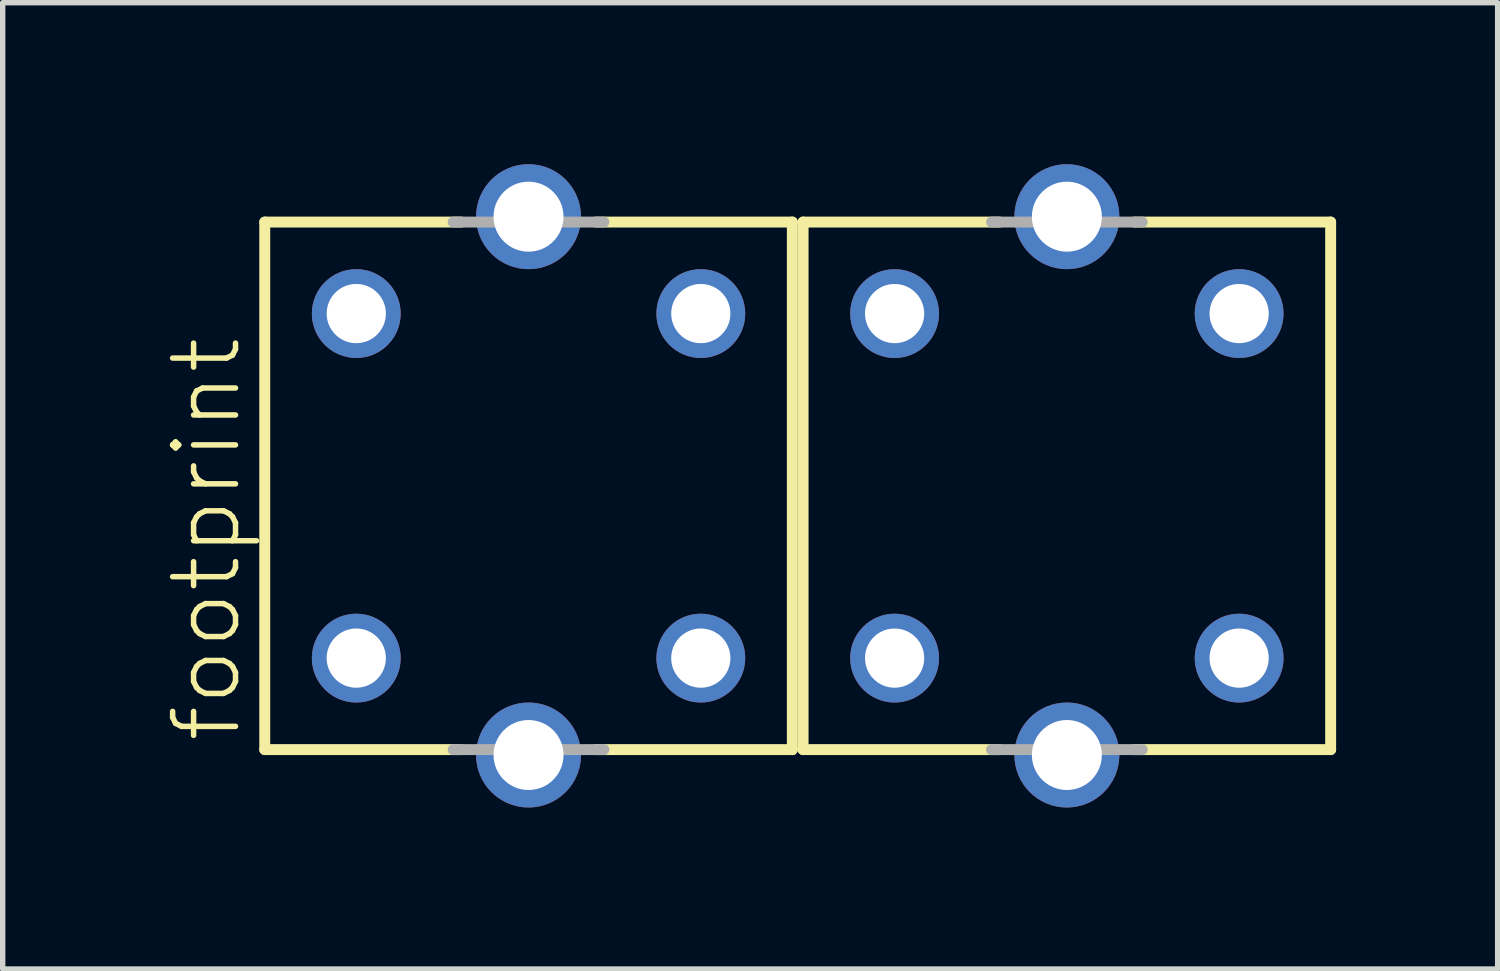
<source format=kicad_pcb>
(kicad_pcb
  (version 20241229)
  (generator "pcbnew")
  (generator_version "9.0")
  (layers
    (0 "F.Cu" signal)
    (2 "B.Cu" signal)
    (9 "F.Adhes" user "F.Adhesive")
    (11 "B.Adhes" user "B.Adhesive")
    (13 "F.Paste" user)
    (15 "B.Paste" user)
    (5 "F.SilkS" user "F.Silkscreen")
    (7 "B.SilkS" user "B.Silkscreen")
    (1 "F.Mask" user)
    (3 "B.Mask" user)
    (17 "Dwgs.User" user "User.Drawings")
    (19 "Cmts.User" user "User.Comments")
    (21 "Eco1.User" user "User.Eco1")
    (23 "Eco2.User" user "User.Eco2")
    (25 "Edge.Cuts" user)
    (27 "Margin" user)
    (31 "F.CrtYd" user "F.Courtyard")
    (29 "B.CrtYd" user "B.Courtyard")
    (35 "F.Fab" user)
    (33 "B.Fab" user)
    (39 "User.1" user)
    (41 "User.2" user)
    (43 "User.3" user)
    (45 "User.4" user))
  (footprint "footprint"
    (layer "F.Cu")
    (at 11.768 5.975)
    (property "Reference" "footprint" (at -10.295 4.813 90) (layer "F.SilkS") (effects (font (size 1.168 1.168) (thickness 0.102)) (justify left bottom)))
    (fp_line (start -9.9 -4.9) (end -6.25 -4.9) (stroke (width 0.203) (type solid)) (layer "F.SilkS"))
    (fp_line (start -9.9 4.9) (end -9.9 -4.9) (stroke (width 0.203) (type solid)) (layer "F.SilkS"))
    (fp_line (start -6.25 4.9) (end -9.9 4.9) (stroke (width 0.203) (type solid)) (layer "F.SilkS"))
    (fp_line (start -3.75 -4.9) (end -0.1 -4.9) (stroke (width 0.203) (type solid)) (layer "F.SilkS"))
    (fp_line (start -0.1 -4.9) (end -0.1 4.9) (stroke (width 0.203) (type solid)) (layer "F.SilkS"))
    (fp_line (start -0.1 4.9) (end -3.75 4.9) (stroke (width 0.203) (type solid)) (layer "F.SilkS"))
    (fp_line (start 0.1 -4.9) (end 3.75 -4.9) (stroke (width 0.203) (type solid)) (layer "F.SilkS"))
    (fp_line (start 0.1 4.9) (end 0.1 -4.9) (stroke (width 0.203) (type solid)) (layer "F.SilkS"))
    (fp_line (start 3.75 4.9) (end 0.1 4.9) (stroke (width 0.203) (type solid)) (layer "F.SilkS"))
    (fp_line (start 6.25 -4.9) (end 9.9 -4.9) (stroke (width 0.203) (type solid)) (layer "F.SilkS"))
    (fp_line (start 9.9 -4.9) (end 9.9 4.9) (stroke (width 0.203) (type solid)) (layer "F.SilkS"))
    (fp_line (start 9.9 4.9) (end 6.25 4.9) (stroke (width 0.203) (type solid)) (layer "F.SilkS"))
    (fp_line (start -6.4 -4.9) (end -3.6 -4.9) (stroke (width 0.203) (type solid)) (layer "F.Fab"))
    (fp_line (start -3.6 4.9) (end -6.4 4.9) (stroke (width 0.203) (type solid)) (layer "F.Fab"))
    (fp_line (start 3.6 -4.9) (end 6.4 -4.9) (stroke (width 0.203) (type solid)) (layer "F.Fab"))
    (fp_line (start 6.4 4.9) (end 3.6 4.9) (stroke (width 0.203) (type solid)) (layer "F.Fab"))
    (pad "1" thru_hole circle (at 1.8 3.2) (size 1.65 1.65) (drill 1.1) (layers "*.Cu" "*.Mask"))
    (pad "2" thru_hole circle (at 1.8 -3.2) (size 1.65 1.65) (drill 1.1) (layers "*.Cu" "*.Mask"))
    (pad "4" thru_hole circle (at 8.2 -3.2) (size 1.65 1.65) (drill 1.1) (layers "*.Cu" "*.Mask"))
    (pad "5" thru_hole circle (at 8.2 3.2) (size 1.65 1.65) (drill 1.1) (layers "*.Cu" "*.Mask"))
    (pad "21" thru_hole circle (at -8.2 3.2) (size 1.65 1.65) (drill 1.1) (layers "*.Cu" "*.Mask"))
    (pad "22" thru_hole circle (at -8.2 -3.2) (size 1.65 1.65) (drill 1.1) (layers "*.Cu" "*.Mask"))
    (pad "24" thru_hole circle (at -1.8 -3.2) (size 1.65 1.65) (drill 1.1) (layers "*.Cu" "*.Mask"))
    (pad "25" thru_hole circle (at -1.8 3.2) (size 1.65 1.65) (drill 1.1) (layers "*.Cu" "*.Mask"))
    (pad "S1" thru_hole circle (at 5 5) (size 1.95 1.95) (drill 1.3) (layers "*.Cu" "*.Mask"))
    (pad "S2" thru_hole circle (at 5 -5) (size 1.95 1.95) (drill 1.3) (layers "*.Cu" "*.Mask"))
    (pad "S3" thru_hole circle (at -5 5) (size 1.95 1.95) (drill 1.3) (layers "*.Cu" "*.Mask"))
    (pad "S4" thru_hole circle (at -5 -5) (size 1.95 1.95) (drill 1.3) (layers "*.Cu" "*.Mask")))
  (gr_rect
    (start -3 -3)
    (end 24.77 14.95)
    (stroke (width 0.1) (type default))
    (fill no)
    (layer "Edge.Cuts")))
</source>
